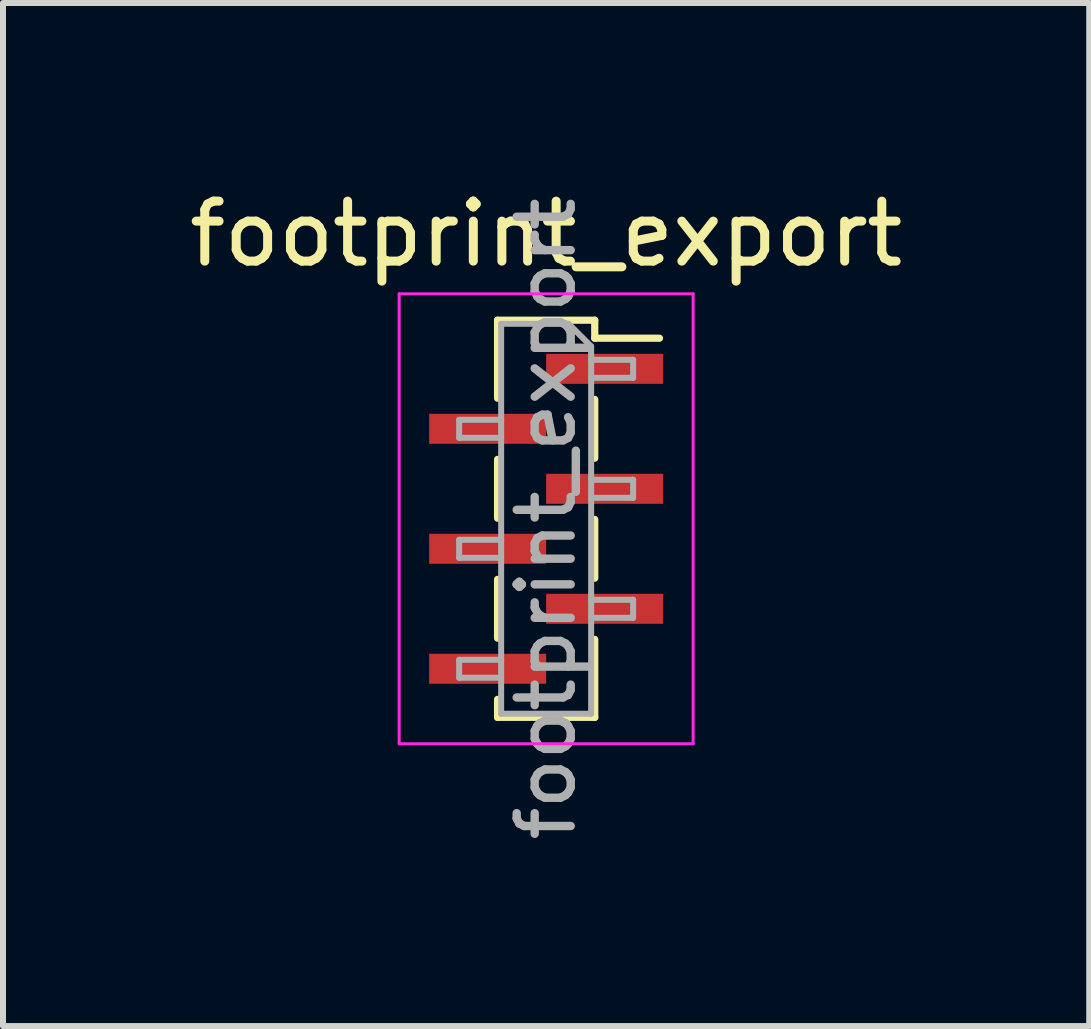
<source format=kicad_pcb>
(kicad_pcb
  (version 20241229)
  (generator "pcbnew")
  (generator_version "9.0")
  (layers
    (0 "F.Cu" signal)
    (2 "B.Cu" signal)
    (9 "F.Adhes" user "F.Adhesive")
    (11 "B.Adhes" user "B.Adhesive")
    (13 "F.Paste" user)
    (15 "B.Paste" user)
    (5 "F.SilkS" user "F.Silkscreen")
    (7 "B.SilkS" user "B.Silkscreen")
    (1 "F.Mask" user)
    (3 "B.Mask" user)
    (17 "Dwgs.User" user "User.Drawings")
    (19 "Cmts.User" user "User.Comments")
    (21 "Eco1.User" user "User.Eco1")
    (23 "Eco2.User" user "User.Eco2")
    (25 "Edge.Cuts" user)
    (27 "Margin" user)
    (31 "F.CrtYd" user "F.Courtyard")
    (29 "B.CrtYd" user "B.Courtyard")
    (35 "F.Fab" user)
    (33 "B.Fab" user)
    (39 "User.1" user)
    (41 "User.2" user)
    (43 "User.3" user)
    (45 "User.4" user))
  (footprint "footprint_export"
    (layer "F.Cu")
    (at 6.054 5.598)
    (property "Reference" "footprint_export" (at 0 -4.75 0) (layer "F.SilkS") (effects (font (size 1 1) (thickness 0.15))))
    (attr smd)
    (fp_line (start -0.81 -3.31) (end -0.81 -2.01) (stroke (width 0.12) (type solid)) (layer "F.SilkS"))
    (fp_line (start -0.81 -3.31) (end 0.81 -3.31) (stroke (width 0.12) (type solid)) (layer "F.SilkS"))
    (fp_line (start -0.81 -0.99) (end -0.81 -0.01) (stroke (width 0.12) (type solid)) (layer "F.SilkS"))
    (fp_line (start -0.81 1.01) (end -0.81 1.99) (stroke (width 0.12) (type solid)) (layer "F.SilkS"))
    (fp_line (start -0.81 3.01) (end -0.81 3.31) (stroke (width 0.12) (type solid)) (layer "F.SilkS"))
    (fp_line (start -0.81 3.31) (end 0.81 3.31) (stroke (width 0.12) (type solid)) (layer "F.SilkS"))
    (fp_line (start 0.81 -3.31) (end 0.81 -3.01) (stroke (width 0.12) (type solid)) (layer "F.SilkS"))
    (fp_line (start 0.81 -3.01) (end 1.89 -3.01) (stroke (width 0.12) (type solid)) (layer "F.SilkS"))
    (fp_line (start 0.81 -1.99) (end 0.81 -1.01) (stroke (width 0.12) (type solid)) (layer "F.SilkS"))
    (fp_line (start 0.81 0.01) (end 0.81 0.99) (stroke (width 0.12) (type solid)) (layer "F.SilkS"))
    (fp_line (start 0.81 2.01) (end 0.81 3.31) (stroke (width 0.12) (type solid)) (layer "F.SilkS"))
    (fp_line (start -2.45 -3.75) (end 2.45 -3.75) (stroke (width 0.05) (type solid)) (layer "F.CrtYd"))
    (fp_line (start -2.45 3.75) (end -2.45 -3.75) (stroke (width 0.05) (type solid)) (layer "F.CrtYd"))
    (fp_line (start 2.45 -3.75) (end 2.45 3.75) (stroke (width 0.05) (type solid)) (layer "F.CrtYd"))
    (fp_line (start 2.45 3.75) (end -2.45 3.75) (stroke (width 0.05) (type solid)) (layer "F.CrtYd"))
    (fp_line (start -1.45 -1.65) (end -0.75 -1.65) (stroke (width 0.1) (type solid)) (layer "F.Fab"))
    (fp_line (start -1.45 -1.35) (end -1.45 -1.65) (stroke (width 0.1) (type solid)) (layer "F.Fab"))
    (fp_line (start -1.45 0.35) (end -0.75 0.35) (stroke (width 0.1) (type solid)) (layer "F.Fab"))
    (fp_line (start -1.45 0.65) (end -1.45 0.35) (stroke (width 0.1) (type solid)) (layer "F.Fab"))
    (fp_line (start -1.45 2.35) (end -0.75 2.35) (stroke (width 0.1) (type solid)) (layer "F.Fab"))
    (fp_line (start -1.45 2.65) (end -1.45 2.35) (stroke (width 0.1) (type solid)) (layer "F.Fab"))
    (fp_line (start -0.75 -3.25) (end 0.375 -3.25) (stroke (width 0.1) (type solid)) (layer "F.Fab"))
    (fp_line (start -0.75 -1.35) (end -1.45 -1.35) (stroke (width 0.1) (type solid)) (layer "F.Fab"))
    (fp_line (start -0.75 0.65) (end -1.45 0.65) (stroke (width 0.1) (type solid)) (layer "F.Fab"))
    (fp_line (start -0.75 2.65) (end -1.45 2.65) (stroke (width 0.1) (type solid)) (layer "F.Fab"))
    (fp_line (start -0.75 3.25) (end -0.75 -3.25) (stroke (width 0.1) (type solid)) (layer "F.Fab"))
    (fp_line (start 0.375 -3.25) (end 0.75 -2.875) (stroke (width 0.1) (type solid)) (layer "F.Fab"))
    (fp_line (start 0.75 -2.875) (end 0.75 3.25) (stroke (width 0.1) (type solid)) (layer "F.Fab"))
    (fp_line (start 0.75 -2.65) (end 1.45 -2.65) (stroke (width 0.1) (type solid)) (layer "F.Fab"))
    (fp_line (start 0.75 -0.65) (end 1.45 -0.65) (stroke (width 0.1) (type solid)) (layer "F.Fab"))
    (fp_line (start 0.75 1.35) (end 1.45 1.35) (stroke (width 0.1) (type solid)) (layer "F.Fab"))
    (fp_line (start 0.75 3.25) (end -0.75 3.25) (stroke (width 0.1) (type solid)) (layer "F.Fab"))
    (fp_line (start 1.45 -2.65) (end 1.45 -2.35) (stroke (width 0.1) (type solid)) (layer "F.Fab"))
    (fp_line (start 1.45 -2.35) (end 0.75 -2.35) (stroke (width 0.1) (type solid)) (layer "F.Fab"))
    (fp_line (start 1.45 -0.65) (end 1.45 -0.35) (stroke (width 0.1) (type solid)) (layer "F.Fab"))
    (fp_line (start 1.45 -0.35) (end 0.75 -0.35) (stroke (width 0.1) (type solid)) (layer "F.Fab"))
    (fp_line (start 1.45 1.35) (end 1.45 1.65) (stroke (width 0.1) (type solid)) (layer "F.Fab"))
    (fp_line (start 1.45 1.65) (end 0.75 1.65) (stroke (width 0.1) (type solid)) (layer "F.Fab"))
    (fp_text user "${REFERENCE}" (at 0 0 90) (layer "F.Fab") (effects (font (size 0.9 0.9) (thickness 0.14))))
    (pad "1" smd rect (at 0.975 -2.5) (size 1.95 0.5) (layers "F.Cu" "F.Mask" "F.Paste"))
    (pad "2" smd rect (at -0.975 -1.5) (size 1.95 0.5) (layers "F.Cu" "F.Mask" "F.Paste"))
    (pad "3" smd rect (at 0.975 -0.5) (size 1.95 0.5) (layers "F.Cu" "F.Mask" "F.Paste"))
    (pad "4" smd rect (at -0.975 0.5) (size 1.95 0.5) (layers "F.Cu" "F.Mask" "F.Paste"))
    (pad "5" smd rect (at 0.975 1.5) (size 1.95 0.5) (layers "F.Cu" "F.Mask" "F.Paste"))
    (pad "6" smd rect (at -0.975 2.5) (size 1.95 0.5) (layers "F.Cu" "F.Mask" "F.Paste")))
  (gr_rect
    (start -3 -3)
    (end 15.107 14.054)
    (stroke (width 0.1) (type default))
    (fill no)
    (layer "Edge.Cuts")))
</source>
